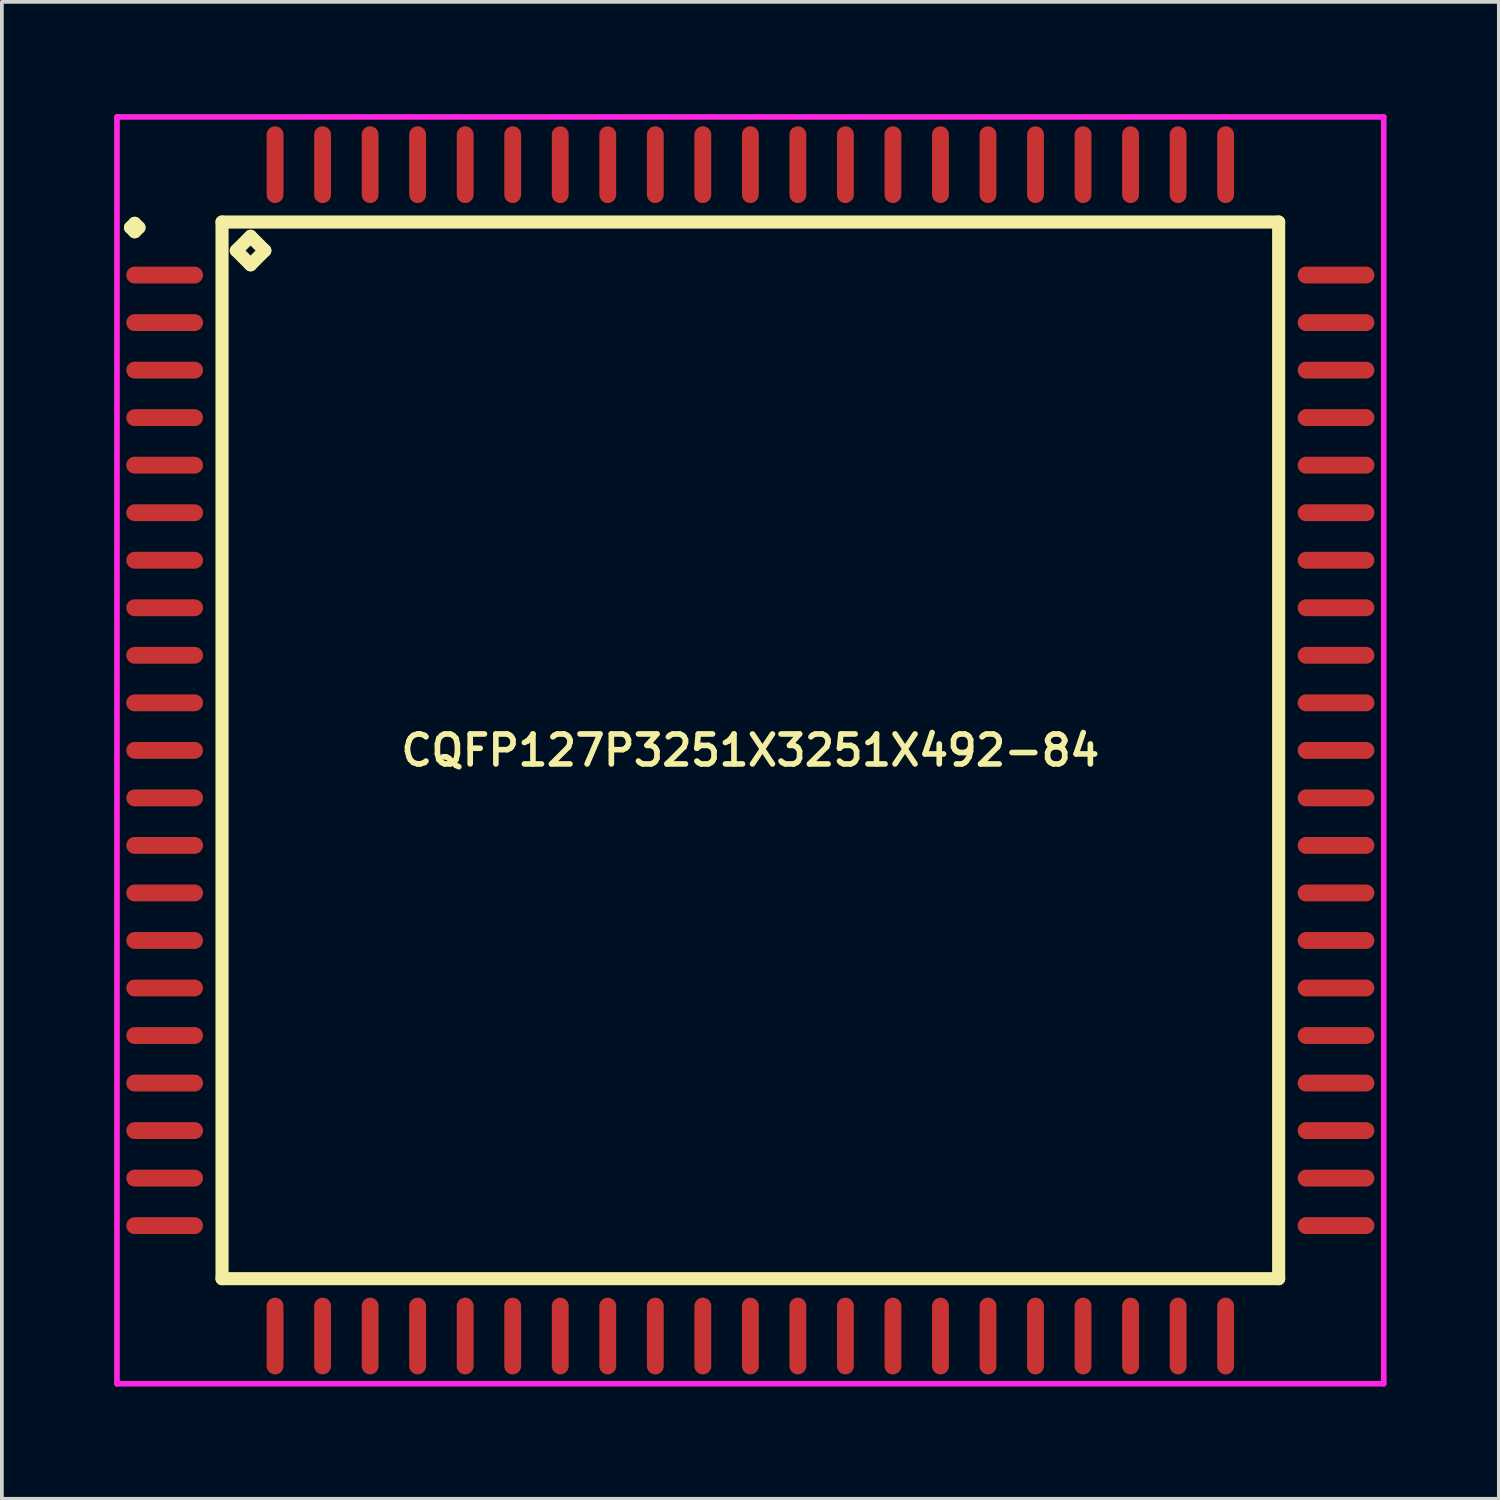
<source format=kicad_pcb>
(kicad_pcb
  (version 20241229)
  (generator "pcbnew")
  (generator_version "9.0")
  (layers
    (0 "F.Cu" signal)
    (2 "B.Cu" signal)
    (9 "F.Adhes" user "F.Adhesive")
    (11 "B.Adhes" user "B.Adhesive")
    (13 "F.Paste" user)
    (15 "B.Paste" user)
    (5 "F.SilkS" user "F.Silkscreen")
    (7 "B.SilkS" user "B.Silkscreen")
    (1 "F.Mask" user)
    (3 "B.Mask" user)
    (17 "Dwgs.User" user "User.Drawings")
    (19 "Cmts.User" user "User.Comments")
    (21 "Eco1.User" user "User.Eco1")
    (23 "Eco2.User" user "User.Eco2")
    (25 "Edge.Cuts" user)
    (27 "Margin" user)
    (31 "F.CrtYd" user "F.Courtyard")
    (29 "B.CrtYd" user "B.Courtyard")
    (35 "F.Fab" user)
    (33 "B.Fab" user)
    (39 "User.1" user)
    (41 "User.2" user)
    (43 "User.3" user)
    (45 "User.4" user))
  (footprint "CQFP127P3251X3251X492-84"
    (layer "F.Cu")
    (at 17 17)
    (property "Reference" "CQFP127P3251X3251X492-84" (at 0 0 0) (layer "F.SilkS") (effects (font (size 0.8 0.8) (thickness 0.15))))
    (attr smd)
    (fp_line (start -16.562 -13.97) (end -16.45 -14.082) (stroke (width 0.35) (type solid)) (layer "F.SilkS"))
    (fp_line (start -16.45 -14.082) (end -16.337 -13.97) (stroke (width 0.35) (type solid)) (layer "F.SilkS"))
    (fp_line (start -16.45 -13.857) (end -16.562 -13.97) (stroke (width 0.35) (type solid)) (layer "F.SilkS"))
    (fp_line (start -16.337 -13.97) (end -16.45 -13.857) (stroke (width 0.35) (type solid)) (layer "F.SilkS"))
    (fp_line (start -14.117 -14.117) (end -14.117 14.117) (stroke (width 0.35) (type solid)) (layer "F.SilkS"))
    (fp_line (start -14.117 14.117) (end 14.117 14.117) (stroke (width 0.35) (type solid)) (layer "F.SilkS"))
    (fp_line (start -13.736 -13.355) (end -13.355 -13.736) (stroke (width 0.35) (type solid)) (layer "F.SilkS"))
    (fp_line (start -13.355 -13.736) (end -12.974 -13.355) (stroke (width 0.35) (type solid)) (layer "F.SilkS"))
    (fp_line (start -13.355 -12.974) (end -13.736 -13.355) (stroke (width 0.35) (type solid)) (layer "F.SilkS"))
    (fp_line (start -12.974 -13.355) (end -13.355 -12.974) (stroke (width 0.35) (type solid)) (layer "F.SilkS"))
    (fp_line (start 14.117 -14.117) (end -14.117 -14.117) (stroke (width 0.35) (type solid)) (layer "F.SilkS"))
    (fp_line (start 14.117 14.117) (end 14.117 -14.117) (stroke (width 0.35) (type solid)) (layer "F.SilkS"))
    (fp_line (start -16.925 -16.925) (end 16.925 -16.925) (stroke (width 0.15) (type solid)) (layer "F.CrtYd"))
    (fp_line (start -16.925 16.925) (end -16.925 -16.925) (stroke (width 0.15) (type solid)) (layer "F.CrtYd"))
    (fp_line (start 16.925 -16.925) (end 16.925 16.925) (stroke (width 0.15) (type solid)) (layer "F.CrtYd"))
    (fp_line (start 16.925 16.925) (end -16.925 16.925) (stroke (width 0.15) (type solid)) (layer "F.CrtYd"))
    (pad "1" smd oval (at -15.65 -12.7) (size 2.05 0.45) (layers "F.Cu" "F.Mask" "F.Paste"))
    (pad "2" smd oval (at -15.65 -11.43) (size 2.05 0.45) (layers "F.Cu" "F.Mask" "F.Paste"))
    (pad "3" smd oval (at -15.65 -10.16) (size 2.05 0.45) (layers "F.Cu" "F.Mask" "F.Paste"))
    (pad "4" smd oval (at -15.65 -8.89) (size 2.05 0.45) (layers "F.Cu" "F.Mask" "F.Paste"))
    (pad "5" smd oval (at -15.65 -7.62) (size 2.05 0.45) (layers "F.Cu" "F.Mask" "F.Paste"))
    (pad "6" smd oval (at -15.65 -6.35) (size 2.05 0.45) (layers "F.Cu" "F.Mask" "F.Paste"))
    (pad "7" smd oval (at -15.65 -5.08) (size 2.05 0.45) (layers "F.Cu" "F.Mask" "F.Paste"))
    (pad "8" smd oval (at -15.65 -3.81) (size 2.05 0.45) (layers "F.Cu" "F.Mask" "F.Paste"))
    (pad "9" smd oval (at -15.65 -2.54) (size 2.05 0.45) (layers "F.Cu" "F.Mask" "F.Paste"))
    (pad "10" smd oval (at -15.65 -1.27) (size 2.05 0.45) (layers "F.Cu" "F.Mask" "F.Paste"))
    (pad "11" smd oval (at -15.65 0) (size 2.05 0.45) (layers "F.Cu" "F.Mask" "F.Paste"))
    (pad "12" smd oval (at -15.65 1.27) (size 2.05 0.45) (layers "F.Cu" "F.Mask" "F.Paste"))
    (pad "13" smd oval (at -15.65 2.54) (size 2.05 0.45) (layers "F.Cu" "F.Mask" "F.Paste"))
    (pad "14" smd oval (at -15.65 3.81) (size 2.05 0.45) (layers "F.Cu" "F.Mask" "F.Paste"))
    (pad "15" smd oval (at -15.65 5.08) (size 2.05 0.45) (layers "F.Cu" "F.Mask" "F.Paste"))
    (pad "16" smd oval (at -15.65 6.35) (size 2.05 0.45) (layers "F.Cu" "F.Mask" "F.Paste"))
    (pad "17" smd oval (at -15.65 7.62) (size 2.05 0.45) (layers "F.Cu" "F.Mask" "F.Paste"))
    (pad "18" smd oval (at -15.65 8.89) (size 2.05 0.45) (layers "F.Cu" "F.Mask" "F.Paste"))
    (pad "19" smd oval (at -15.65 10.16) (size 2.05 0.45) (layers "F.Cu" "F.Mask" "F.Paste"))
    (pad "20" smd oval (at -15.65 11.43) (size 2.05 0.45) (layers "F.Cu" "F.Mask" "F.Paste"))
    (pad "21" smd oval (at -15.65 12.7) (size 2.05 0.45) (layers "F.Cu" "F.Mask" "F.Paste"))
    (pad "22" smd oval (at -12.7 15.65) (size 0.45 2.05) (layers "F.Cu" "F.Mask" "F.Paste"))
    (pad "23" smd oval (at -11.43 15.65) (size 0.45 2.05) (layers "F.Cu" "F.Mask" "F.Paste"))
    (pad "24" smd oval (at -10.16 15.65) (size 0.45 2.05) (layers "F.Cu" "F.Mask" "F.Paste"))
    (pad "25" smd oval (at -8.89 15.65) (size 0.45 2.05) (layers "F.Cu" "F.Mask" "F.Paste"))
    (pad "26" smd oval (at -7.62 15.65) (size 0.45 2.05) (layers "F.Cu" "F.Mask" "F.Paste"))
    (pad "27" smd oval (at -6.35 15.65) (size 0.45 2.05) (layers "F.Cu" "F.Mask" "F.Paste"))
    (pad "28" smd oval (at -5.08 15.65) (size 0.45 2.05) (layers "F.Cu" "F.Mask" "F.Paste"))
    (pad "29" smd oval (at -3.81 15.65) (size 0.45 2.05) (layers "F.Cu" "F.Mask" "F.Paste"))
    (pad "30" smd oval (at -2.54 15.65) (size 0.45 2.05) (layers "F.Cu" "F.Mask" "F.Paste"))
    (pad "31" smd oval (at -1.27 15.65) (size 0.45 2.05) (layers "F.Cu" "F.Mask" "F.Paste"))
    (pad "32" smd oval (at 0 15.65) (size 0.45 2.05) (layers "F.Cu" "F.Mask" "F.Paste"))
    (pad "33" smd oval (at 1.27 15.65) (size 0.45 2.05) (layers "F.Cu" "F.Mask" "F.Paste"))
    (pad "34" smd oval (at 2.54 15.65) (size 0.45 2.05) (layers "F.Cu" "F.Mask" "F.Paste"))
    (pad "35" smd oval (at 3.81 15.65) (size 0.45 2.05) (layers "F.Cu" "F.Mask" "F.Paste"))
    (pad "36" smd oval (at 5.08 15.65) (size 0.45 2.05) (layers "F.Cu" "F.Mask" "F.Paste"))
    (pad "37" smd oval (at 6.35 15.65) (size 0.45 2.05) (layers "F.Cu" "F.Mask" "F.Paste"))
    (pad "38" smd oval (at 7.62 15.65) (size 0.45 2.05) (layers "F.Cu" "F.Mask" "F.Paste"))
    (pad "39" smd oval (at 8.89 15.65) (size 0.45 2.05) (layers "F.Cu" "F.Mask" "F.Paste"))
    (pad "40" smd oval (at 10.16 15.65) (size 0.45 2.05) (layers "F.Cu" "F.Mask" "F.Paste"))
    (pad "41" smd oval (at 11.43 15.65) (size 0.45 2.05) (layers "F.Cu" "F.Mask" "F.Paste"))
    (pad "42" smd oval (at 12.7 15.65) (size 0.45 2.05) (layers "F.Cu" "F.Mask" "F.Paste"))
    (pad "43" smd oval (at 15.65 12.7) (size 2.05 0.45) (layers "F.Cu" "F.Mask" "F.Paste"))
    (pad "44" smd oval (at 15.65 11.43) (size 2.05 0.45) (layers "F.Cu" "F.Mask" "F.Paste"))
    (pad "45" smd oval (at 15.65 10.16) (size 2.05 0.45) (layers "F.Cu" "F.Mask" "F.Paste"))
    (pad "46" smd oval (at 15.65 8.89) (size 2.05 0.45) (layers "F.Cu" "F.Mask" "F.Paste"))
    (pad "47" smd oval (at 15.65 7.62) (size 2.05 0.45) (layers "F.Cu" "F.Mask" "F.Paste"))
    (pad "48" smd oval (at 15.65 6.35) (size 2.05 0.45) (layers "F.Cu" "F.Mask" "F.Paste"))
    (pad "49" smd oval (at 15.65 5.08) (size 2.05 0.45) (layers "F.Cu" "F.Mask" "F.Paste"))
    (pad "50" smd oval (at 15.65 3.81) (size 2.05 0.45) (layers "F.Cu" "F.Mask" "F.Paste"))
    (pad "51" smd oval (at 15.65 2.54) (size 2.05 0.45) (layers "F.Cu" "F.Mask" "F.Paste"))
    (pad "52" smd oval (at 15.65 1.27) (size 2.05 0.45) (layers "F.Cu" "F.Mask" "F.Paste"))
    (pad "53" smd oval (at 15.65 0) (size 2.05 0.45) (layers "F.Cu" "F.Mask" "F.Paste"))
    (pad "54" smd oval (at 15.65 -1.27) (size 2.05 0.45) (layers "F.Cu" "F.Mask" "F.Paste"))
    (pad "55" smd oval (at 15.65 -2.54) (size 2.05 0.45) (layers "F.Cu" "F.Mask" "F.Paste"))
    (pad "56" smd oval (at 15.65 -3.81) (size 2.05 0.45) (layers "F.Cu" "F.Mask" "F.Paste"))
    (pad "57" smd oval (at 15.65 -5.08) (size 2.05 0.45) (layers "F.Cu" "F.Mask" "F.Paste"))
    (pad "58" smd oval (at 15.65 -6.35) (size 2.05 0.45) (layers "F.Cu" "F.Mask" "F.Paste"))
    (pad "59" smd oval (at 15.65 -7.62) (size 2.05 0.45) (layers "F.Cu" "F.Mask" "F.Paste"))
    (pad "60" smd oval (at 15.65 -8.89) (size 2.05 0.45) (layers "F.Cu" "F.Mask" "F.Paste"))
    (pad "61" smd oval (at 15.65 -10.16) (size 2.05 0.45) (layers "F.Cu" "F.Mask" "F.Paste"))
    (pad "62" smd oval (at 15.65 -11.43) (size 2.05 0.45) (layers "F.Cu" "F.Mask" "F.Paste"))
    (pad "63" smd oval (at 15.65 -12.7) (size 2.05 0.45) (layers "F.Cu" "F.Mask" "F.Paste"))
    (pad "64" smd oval (at 12.7 -15.65) (size 0.45 2.05) (layers "F.Cu" "F.Mask" "F.Paste"))
    (pad "65" smd oval (at 11.43 -15.65) (size 0.45 2.05) (layers "F.Cu" "F.Mask" "F.Paste"))
    (pad "66" smd oval (at 10.16 -15.65) (size 0.45 2.05) (layers "F.Cu" "F.Mask" "F.Paste"))
    (pad "67" smd oval (at 8.89 -15.65) (size 0.45 2.05) (layers "F.Cu" "F.Mask" "F.Paste"))
    (pad "68" smd oval (at 7.62 -15.65) (size 0.45 2.05) (layers "F.Cu" "F.Mask" "F.Paste"))
    (pad "69" smd oval (at 6.35 -15.65) (size 0.45 2.05) (layers "F.Cu" "F.Mask" "F.Paste"))
    (pad "70" smd oval (at 5.08 -15.65) (size 0.45 2.05) (layers "F.Cu" "F.Mask" "F.Paste"))
    (pad "71" smd oval (at 3.81 -15.65) (size 0.45 2.05) (layers "F.Cu" "F.Mask" "F.Paste"))
    (pad "72" smd oval (at 2.54 -15.65) (size 0.45 2.05) (layers "F.Cu" "F.Mask" "F.Paste"))
    (pad "73" smd oval (at 1.27 -15.65) (size 0.45 2.05) (layers "F.Cu" "F.Mask" "F.Paste"))
    (pad "74" smd oval (at 0 -15.65) (size 0.45 2.05) (layers "F.Cu" "F.Mask" "F.Paste"))
    (pad "75" smd oval (at -1.27 -15.65) (size 0.45 2.05) (layers "F.Cu" "F.Mask" "F.Paste"))
    (pad "76" smd oval (at -2.54 -15.65) (size 0.45 2.05) (layers "F.Cu" "F.Mask" "F.Paste"))
    (pad "77" smd oval (at -3.81 -15.65) (size 0.45 2.05) (layers "F.Cu" "F.Mask" "F.Paste"))
    (pad "78" smd oval (at -5.08 -15.65) (size 0.45 2.05) (layers "F.Cu" "F.Mask" "F.Paste"))
    (pad "79" smd oval (at -6.35 -15.65) (size 0.45 2.05) (layers "F.Cu" "F.Mask" "F.Paste"))
    (pad "80" smd oval (at -7.62 -15.65) (size 0.45 2.05) (layers "F.Cu" "F.Mask" "F.Paste"))
    (pad "81" smd oval (at -8.89 -15.65) (size 0.45 2.05) (layers "F.Cu" "F.Mask" "F.Paste"))
    (pad "82" smd oval (at -10.16 -15.65) (size 0.45 2.05) (layers "F.Cu" "F.Mask" "F.Paste"))
    (pad "83" smd oval (at -11.43 -15.65) (size 0.45 2.05) (layers "F.Cu" "F.Mask" "F.Paste"))
    (pad "84" smd oval (at -12.7 -15.65) (size 0.45 2.05) (layers "F.Cu" "F.Mask" "F.Paste")))
  (gr_rect
    (start -3 -3)
    (end 37 37)
    (stroke (width 0.1) (type default))
    (fill no)
    (layer "Edge.Cuts")))
</source>
